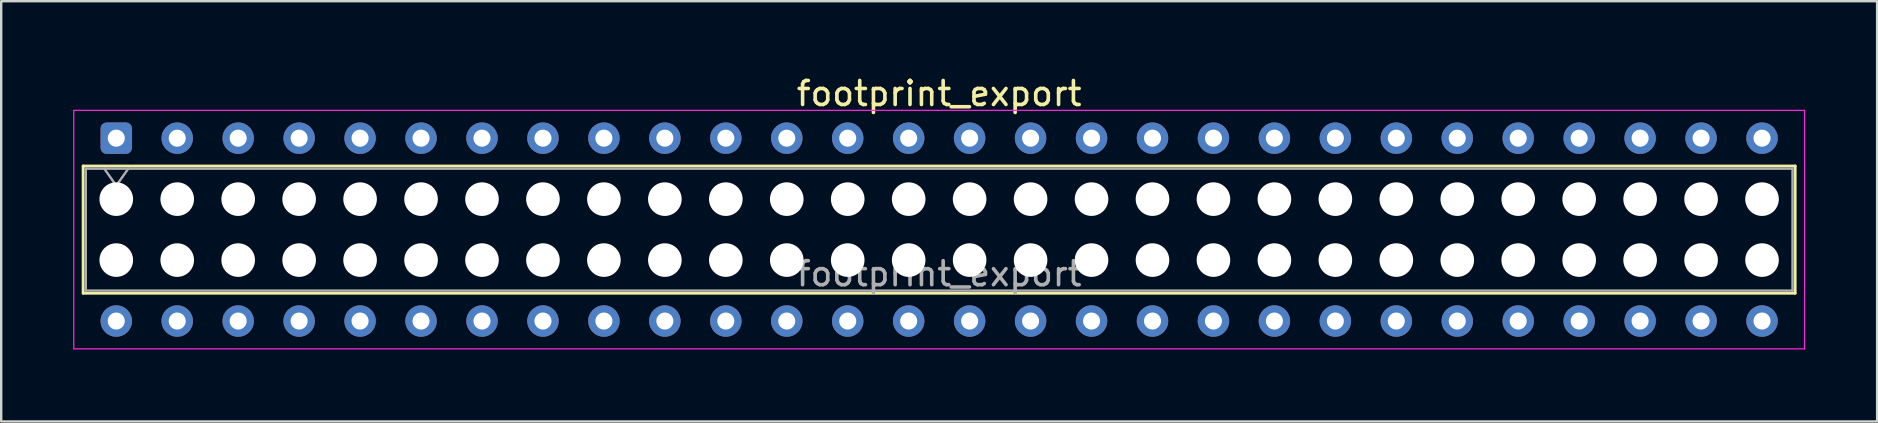
<source format=kicad_pcb>
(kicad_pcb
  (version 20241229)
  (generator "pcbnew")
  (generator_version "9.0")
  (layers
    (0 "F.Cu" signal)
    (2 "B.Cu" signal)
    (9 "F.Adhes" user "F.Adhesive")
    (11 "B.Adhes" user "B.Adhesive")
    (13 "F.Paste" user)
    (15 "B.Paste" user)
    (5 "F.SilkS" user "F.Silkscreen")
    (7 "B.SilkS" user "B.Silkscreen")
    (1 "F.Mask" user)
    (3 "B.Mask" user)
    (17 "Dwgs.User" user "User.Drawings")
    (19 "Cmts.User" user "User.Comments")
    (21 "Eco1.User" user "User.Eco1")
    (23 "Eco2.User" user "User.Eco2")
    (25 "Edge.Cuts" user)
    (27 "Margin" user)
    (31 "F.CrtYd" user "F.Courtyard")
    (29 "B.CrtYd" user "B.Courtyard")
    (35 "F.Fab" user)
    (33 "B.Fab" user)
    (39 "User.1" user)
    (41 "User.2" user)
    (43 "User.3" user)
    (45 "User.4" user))
  (footprint "footprint_export"
    (layer "F.Cu")
    (at 1.795 2.708)
    (property "Reference" "footprint_export" (at 34.29 -1.86 0) (layer "F.SilkS") (effects (font (size 1 1) (thickness 0.15))))
    (attr through_hole)
    (fp_line (start -1.38 1.16) (end 69.96 1.16) (stroke (width 0.12) (type solid)) (layer "F.SilkS"))
    (fp_line (start -1.38 6.46) (end -1.38 1.16) (stroke (width 0.12) (type solid)) (layer "F.SilkS"))
    (fp_line (start 69.96 1.16) (end 69.96 6.46) (stroke (width 0.12) (type solid)) (layer "F.SilkS"))
    (fp_line (start 69.96 6.46) (end -1.38 6.46) (stroke (width 0.12) (type solid)) (layer "F.SilkS"))
    (fp_line (start -1.77 -1.16) (end 70.35 -1.16) (stroke (width 0.05) (type solid)) (layer "F.CrtYd"))
    (fp_line (start -1.77 8.78) (end -1.77 -1.16) (stroke (width 0.05) (type solid)) (layer "F.CrtYd"))
    (fp_line (start 70.35 -1.16) (end 70.35 8.78) (stroke (width 0.05) (type solid)) (layer "F.CrtYd"))
    (fp_line (start 70.35 8.78) (end -1.77 8.78) (stroke (width 0.05) (type solid)) (layer "F.CrtYd"))
    (fp_line (start -1.27 1.27) (end 69.85 1.27) (stroke (width 0.1) (type solid)) (layer "F.Fab"))
    (fp_line (start -1.27 6.35) (end -1.27 1.27) (stroke (width 0.1) (type solid)) (layer "F.Fab"))
    (fp_line (start -0.5 1.27) (end 0 1.977) (stroke (width 0.1) (type solid)) (layer "F.Fab"))
    (fp_line (start 0 1.977) (end 0.5 1.27) (stroke (width 0.1) (type solid)) (layer "F.Fab"))
    (fp_line (start 69.85 1.27) (end 69.85 6.35) (stroke (width 0.1) (type solid)) (layer "F.Fab"))
    (fp_line (start 69.85 6.35) (end -1.27 6.35) (stroke (width 0.1) (type solid)) (layer "F.Fab"))
    (fp_text user "${REFERENCE}" (at 34.29 5.65 0) (layer "F.Fab") (effects (font (size 1 1) (thickness 0.15))))
    (pad "" np_thru_hole circle (at 0 2.54) (size 1.4 1.4) (drill 1.4) (layers "*.Cu" "*.Mask"))
    (pad "" np_thru_hole circle (at 0 5.08) (size 1.4 1.4) (drill 1.4) (layers "*.Cu" "*.Mask"))
    (pad "" np_thru_hole circle (at 2.54 2.54) (size 1.4 1.4) (drill 1.4) (layers "*.Cu" "*.Mask"))
    (pad "" np_thru_hole circle (at 2.54 5.08) (size 1.4 1.4) (drill 1.4) (layers "*.Cu" "*.Mask"))
    (pad "" np_thru_hole circle (at 5.08 2.54) (size 1.4 1.4) (drill 1.4) (layers "*.Cu" "*.Mask"))
    (pad "" np_thru_hole circle (at 5.08 5.08) (size 1.4 1.4) (drill 1.4) (layers "*.Cu" "*.Mask"))
    (pad "" np_thru_hole circle (at 7.62 2.54) (size 1.4 1.4) (drill 1.4) (layers "*.Cu" "*.Mask"))
    (pad "" np_thru_hole circle (at 7.62 5.08) (size 1.4 1.4) (drill 1.4) (layers "*.Cu" "*.Mask"))
    (pad "" np_thru_hole circle (at 10.16 2.54) (size 1.4 1.4) (drill 1.4) (layers "*.Cu" "*.Mask"))
    (pad "" np_thru_hole circle (at 10.16 5.08) (size 1.4 1.4) (drill 1.4) (layers "*.Cu" "*.Mask"))
    (pad "" np_thru_hole circle (at 12.7 2.54) (size 1.4 1.4) (drill 1.4) (layers "*.Cu" "*.Mask"))
    (pad "" np_thru_hole circle (at 12.7 5.08) (size 1.4 1.4) (drill 1.4) (layers "*.Cu" "*.Mask"))
    (pad "" np_thru_hole circle (at 15.24 2.54) (size 1.4 1.4) (drill 1.4) (layers "*.Cu" "*.Mask"))
    (pad "" np_thru_hole circle (at 15.24 5.08) (size 1.4 1.4) (drill 1.4) (layers "*.Cu" "*.Mask"))
    (pad "" np_thru_hole circle (at 17.78 2.54) (size 1.4 1.4) (drill 1.4) (layers "*.Cu" "*.Mask"))
    (pad "" np_thru_hole circle (at 17.78 5.08) (size 1.4 1.4) (drill 1.4) (layers "*.Cu" "*.Mask"))
    (pad "" np_thru_hole circle (at 20.32 2.54) (size 1.4 1.4) (drill 1.4) (layers "*.Cu" "*.Mask"))
    (pad "" np_thru_hole circle (at 20.32 5.08) (size 1.4 1.4) (drill 1.4) (layers "*.Cu" "*.Mask"))
    (pad "" np_thru_hole circle (at 22.86 2.54) (size 1.4 1.4) (drill 1.4) (layers "*.Cu" "*.Mask"))
    (pad "" np_thru_hole circle (at 22.86 5.08) (size 1.4 1.4) (drill 1.4) (layers "*.Cu" "*.Mask"))
    (pad "" np_thru_hole circle (at 25.4 2.54) (size 1.4 1.4) (drill 1.4) (layers "*.Cu" "*.Mask"))
    (pad "" np_thru_hole circle (at 25.4 5.08) (size 1.4 1.4) (drill 1.4) (layers "*.Cu" "*.Mask"))
    (pad "" np_thru_hole circle (at 27.94 2.54) (size 1.4 1.4) (drill 1.4) (layers "*.Cu" "*.Mask"))
    (pad "" np_thru_hole circle (at 27.94 5.08) (size 1.4 1.4) (drill 1.4) (layers "*.Cu" "*.Mask"))
    (pad "" np_thru_hole circle (at 30.48 2.54) (size 1.4 1.4) (drill 1.4) (layers "*.Cu" "*.Mask"))
    (pad "" np_thru_hole circle (at 30.48 5.08) (size 1.4 1.4) (drill 1.4) (layers "*.Cu" "*.Mask"))
    (pad "" np_thru_hole circle (at 33.02 2.54) (size 1.4 1.4) (drill 1.4) (layers "*.Cu" "*.Mask"))
    (pad "" np_thru_hole circle (at 33.02 5.08) (size 1.4 1.4) (drill 1.4) (layers "*.Cu" "*.Mask"))
    (pad "" np_thru_hole circle (at 35.56 2.54) (size 1.4 1.4) (drill 1.4) (layers "*.Cu" "*.Mask"))
    (pad "" np_thru_hole circle (at 35.56 5.08) (size 1.4 1.4) (drill 1.4) (layers "*.Cu" "*.Mask"))
    (pad "" np_thru_hole circle (at 38.1 2.54) (size 1.4 1.4) (drill 1.4) (layers "*.Cu" "*.Mask"))
    (pad "" np_thru_hole circle (at 38.1 5.08) (size 1.4 1.4) (drill 1.4) (layers "*.Cu" "*.Mask"))
    (pad "" np_thru_hole circle (at 40.64 2.54) (size 1.4 1.4) (drill 1.4) (layers "*.Cu" "*.Mask"))
    (pad "" np_thru_hole circle (at 40.64 5.08) (size 1.4 1.4) (drill 1.4) (layers "*.Cu" "*.Mask"))
    (pad "" np_thru_hole circle (at 43.18 2.54) (size 1.4 1.4) (drill 1.4) (layers "*.Cu" "*.Mask"))
    (pad "" np_thru_hole circle (at 43.18 5.08) (size 1.4 1.4) (drill 1.4) (layers "*.Cu" "*.Mask"))
    (pad "" np_thru_hole circle (at 45.72 2.54) (size 1.4 1.4) (drill 1.4) (layers "*.Cu" "*.Mask"))
    (pad "" np_thru_hole circle (at 45.72 5.08) (size 1.4 1.4) (drill 1.4) (layers "*.Cu" "*.Mask"))
    (pad "" np_thru_hole circle (at 48.26 2.54) (size 1.4 1.4) (drill 1.4) (layers "*.Cu" "*.Mask"))
    (pad "" np_thru_hole circle (at 48.26 5.08) (size 1.4 1.4) (drill 1.4) (layers "*.Cu" "*.Mask"))
    (pad "" np_thru_hole circle (at 50.8 2.54) (size 1.4 1.4) (drill 1.4) (layers "*.Cu" "*.Mask"))
    (pad "" np_thru_hole circle (at 50.8 5.08) (size 1.4 1.4) (drill 1.4) (layers "*.Cu" "*.Mask"))
    (pad "" np_thru_hole circle (at 53.34 2.54) (size 1.4 1.4) (drill 1.4) (layers "*.Cu" "*.Mask"))
    (pad "" np_thru_hole circle (at 53.34 5.08) (size 1.4 1.4) (drill 1.4) (layers "*.Cu" "*.Mask"))
    (pad "" np_thru_hole circle (at 55.88 2.54) (size 1.4 1.4) (drill 1.4) (layers "*.Cu" "*.Mask"))
    (pad "" np_thru_hole circle (at 55.88 5.08) (size 1.4 1.4) (drill 1.4) (layers "*.Cu" "*.Mask"))
    (pad "" np_thru_hole circle (at 58.42 2.54) (size 1.4 1.4) (drill 1.4) (layers "*.Cu" "*.Mask"))
    (pad "" np_thru_hole circle (at 58.42 5.08) (size 1.4 1.4) (drill 1.4) (layers "*.Cu" "*.Mask"))
    (pad "" np_thru_hole circle (at 60.96 2.54) (size 1.4 1.4) (drill 1.4) (layers "*.Cu" "*.Mask"))
    (pad "" np_thru_hole circle (at 60.96 5.08) (size 1.4 1.4) (drill 1.4) (layers "*.Cu" "*.Mask"))
    (pad "" np_thru_hole circle (at 63.5 2.54) (size 1.4 1.4) (drill 1.4) (layers "*.Cu" "*.Mask"))
    (pad "" np_thru_hole circle (at 63.5 5.08) (size 1.4 1.4) (drill 1.4) (layers "*.Cu" "*.Mask"))
    (pad "" np_thru_hole circle (at 66.04 2.54) (size 1.4 1.4) (drill 1.4) (layers "*.Cu" "*.Mask"))
    (pad "" np_thru_hole circle (at 66.04 5.08) (size 1.4 1.4) (drill 1.4) (layers "*.Cu" "*.Mask"))
    (pad "" np_thru_hole circle (at 68.58 2.54) (size 1.4 1.4) (drill 1.4) (layers "*.Cu" "*.Mask"))
    (pad "" np_thru_hole circle (at 68.58 5.08) (size 1.4 1.4) (drill 1.4) (layers "*.Cu" "*.Mask"))
    (pad "1" thru_hole roundrect (at 0 0) (size 1.31 1.31) (drill 0.71) (layers "*.Cu" "*.Mask") (roundrect_rratio 0.191))
    (pad "2" thru_hole circle (at 0 7.62) (size 1.31 1.31) (drill 0.71) (layers "*.Cu" "*.Mask"))
    (pad "3" thru_hole circle (at 2.54 0) (size 1.31 1.31) (drill 0.71) (layers "*.Cu" "*.Mask"))
    (pad "4" thru_hole circle (at 2.54 7.62) (size 1.31 1.31) (drill 0.71) (layers "*.Cu" "*.Mask"))
    (pad "5" thru_hole circle (at 5.08 0) (size 1.31 1.31) (drill 0.71) (layers "*.Cu" "*.Mask"))
    (pad "6" thru_hole circle (at 5.08 7.62) (size 1.31 1.31) (drill 0.71) (layers "*.Cu" "*.Mask"))
    (pad "7" thru_hole circle (at 7.62 0) (size 1.31 1.31) (drill 0.71) (layers "*.Cu" "*.Mask"))
    (pad "8" thru_hole circle (at 7.62 7.62) (size 1.31 1.31) (drill 0.71) (layers "*.Cu" "*.Mask"))
    (pad "9" thru_hole circle (at 10.16 0) (size 1.31 1.31) (drill 0.71) (layers "*.Cu" "*.Mask"))
    (pad "10" thru_hole circle (at 10.16 7.62) (size 1.31 1.31) (drill 0.71) (layers "*.Cu" "*.Mask"))
    (pad "11" thru_hole circle (at 12.7 0) (size 1.31 1.31) (drill 0.71) (layers "*.Cu" "*.Mask"))
    (pad "12" thru_hole circle (at 12.7 7.62) (size 1.31 1.31) (drill 0.71) (layers "*.Cu" "*.Mask"))
    (pad "13" thru_hole circle (at 15.24 0) (size 1.31 1.31) (drill 0.71) (layers "*.Cu" "*.Mask"))
    (pad "14" thru_hole circle (at 15.24 7.62) (size 1.31 1.31) (drill 0.71) (layers "*.Cu" "*.Mask"))
    (pad "15" thru_hole circle (at 17.78 0) (size 1.31 1.31) (drill 0.71) (layers "*.Cu" "*.Mask"))
    (pad "16" thru_hole circle (at 17.78 7.62) (size 1.31 1.31) (drill 0.71) (layers "*.Cu" "*.Mask"))
    (pad "17" thru_hole circle (at 20.32 0) (size 1.31 1.31) (drill 0.71) (layers "*.Cu" "*.Mask"))
    (pad "18" thru_hole circle (at 20.32 7.62) (size 1.31 1.31) (drill 0.71) (layers "*.Cu" "*.Mask"))
    (pad "19" thru_hole circle (at 22.86 0) (size 1.31 1.31) (drill 0.71) (layers "*.Cu" "*.Mask"))
    (pad "20" thru_hole circle (at 22.86 7.62) (size 1.31 1.31) (drill 0.71) (layers "*.Cu" "*.Mask"))
    (pad "21" thru_hole circle (at 25.4 0) (size 1.31 1.31) (drill 0.71) (layers "*.Cu" "*.Mask"))
    (pad "22" thru_hole circle (at 25.4 7.62) (size 1.31 1.31) (drill 0.71) (layers "*.Cu" "*.Mask"))
    (pad "23" thru_hole circle (at 27.94 0) (size 1.31 1.31) (drill 0.71) (layers "*.Cu" "*.Mask"))
    (pad "24" thru_hole circle (at 27.94 7.62) (size 1.31 1.31) (drill 0.71) (layers "*.Cu" "*.Mask"))
    (pad "25" thru_hole circle (at 30.48 0) (size 1.31 1.31) (drill 0.71) (layers "*.Cu" "*.Mask"))
    (pad "26" thru_hole circle (at 30.48 7.62) (size 1.31 1.31) (drill 0.71) (layers "*.Cu" "*.Mask"))
    (pad "27" thru_hole circle (at 33.02 0) (size 1.31 1.31) (drill 0.71) (layers "*.Cu" "*.Mask"))
    (pad "28" thru_hole circle (at 33.02 7.62) (size 1.31 1.31) (drill 0.71) (layers "*.Cu" "*.Mask"))
    (pad "29" thru_hole circle (at 35.56 0) (size 1.31 1.31) (drill 0.71) (layers "*.Cu" "*.Mask"))
    (pad "30" thru_hole circle (at 35.56 7.62) (size 1.31 1.31) (drill 0.71) (layers "*.Cu" "*.Mask"))
    (pad "31" thru_hole circle (at 38.1 0) (size 1.31 1.31) (drill 0.71) (layers "*.Cu" "*.Mask"))
    (pad "32" thru_hole circle (at 38.1 7.62) (size 1.31 1.31) (drill 0.71) (layers "*.Cu" "*.Mask"))
    (pad "33" thru_hole circle (at 40.64 0) (size 1.31 1.31) (drill 0.71) (layers "*.Cu" "*.Mask"))
    (pad "34" thru_hole circle (at 40.64 7.62) (size 1.31 1.31) (drill 0.71) (layers "*.Cu" "*.Mask"))
    (pad "35" thru_hole circle (at 43.18 0) (size 1.31 1.31) (drill 0.71) (layers "*.Cu" "*.Mask"))
    (pad "36" thru_hole circle (at 43.18 7.62) (size 1.31 1.31) (drill 0.71) (layers "*.Cu" "*.Mask"))
    (pad "37" thru_hole circle (at 45.72 0) (size 1.31 1.31) (drill 0.71) (layers "*.Cu" "*.Mask"))
    (pad "38" thru_hole circle (at 45.72 7.62) (size 1.31 1.31) (drill 0.71) (layers "*.Cu" "*.Mask"))
    (pad "39" thru_hole circle (at 48.26 0) (size 1.31 1.31) (drill 0.71) (layers "*.Cu" "*.Mask"))
    (pad "40" thru_hole circle (at 48.26 7.62) (size 1.31 1.31) (drill 0.71) (layers "*.Cu" "*.Mask"))
    (pad "41" thru_hole circle (at 50.8 0) (size 1.31 1.31) (drill 0.71) (layers "*.Cu" "*.Mask"))
    (pad "42" thru_hole circle (at 50.8 7.62) (size 1.31 1.31) (drill 0.71) (layers "*.Cu" "*.Mask"))
    (pad "43" thru_hole circle (at 53.34 0) (size 1.31 1.31) (drill 0.71) (layers "*.Cu" "*.Mask"))
    (pad "44" thru_hole circle (at 53.34 7.62) (size 1.31 1.31) (drill 0.71) (layers "*.Cu" "*.Mask"))
    (pad "45" thru_hole circle (at 55.88 0) (size 1.31 1.31) (drill 0.71) (layers "*.Cu" "*.Mask"))
    (pad "46" thru_hole circle (at 55.88 7.62) (size 1.31 1.31) (drill 0.71) (layers "*.Cu" "*.Mask"))
    (pad "47" thru_hole circle (at 58.42 0) (size 1.31 1.31) (drill 0.71) (layers "*.Cu" "*.Mask"))
    (pad "48" thru_hole circle (at 58.42 7.62) (size 1.31 1.31) (drill 0.71) (layers "*.Cu" "*.Mask"))
    (pad "49" thru_hole circle (at 60.96 0) (size 1.31 1.31) (drill 0.71) (layers "*.Cu" "*.Mask"))
    (pad "50" thru_hole circle (at 60.96 7.62) (size 1.31 1.31) (drill 0.71) (layers "*.Cu" "*.Mask"))
    (pad "51" thru_hole circle (at 63.5 0) (size 1.31 1.31) (drill 0.71) (layers "*.Cu" "*.Mask"))
    (pad "52" thru_hole circle (at 63.5 7.62) (size 1.31 1.31) (drill 0.71) (layers "*.Cu" "*.Mask"))
    (pad "53" thru_hole circle (at 66.04 0) (size 1.31 1.31) (drill 0.71) (layers "*.Cu" "*.Mask"))
    (pad "54" thru_hole circle (at 66.04 7.62) (size 1.31 1.31) (drill 0.71) (layers "*.Cu" "*.Mask"))
    (pad "55" thru_hole circle (at 68.58 0) (size 1.31 1.31) (drill 0.71) (layers "*.Cu" "*.Mask"))
    (pad "56" thru_hole circle (at 68.58 7.62) (size 1.31 1.31) (drill 0.71) (layers "*.Cu" "*.Mask")))
  (gr_rect
    (start -3 -3)
    (end 75.17 14.513)
    (stroke (width 0.1) (type default))
    (fill no)
    (layer "Edge.Cuts")))
</source>
